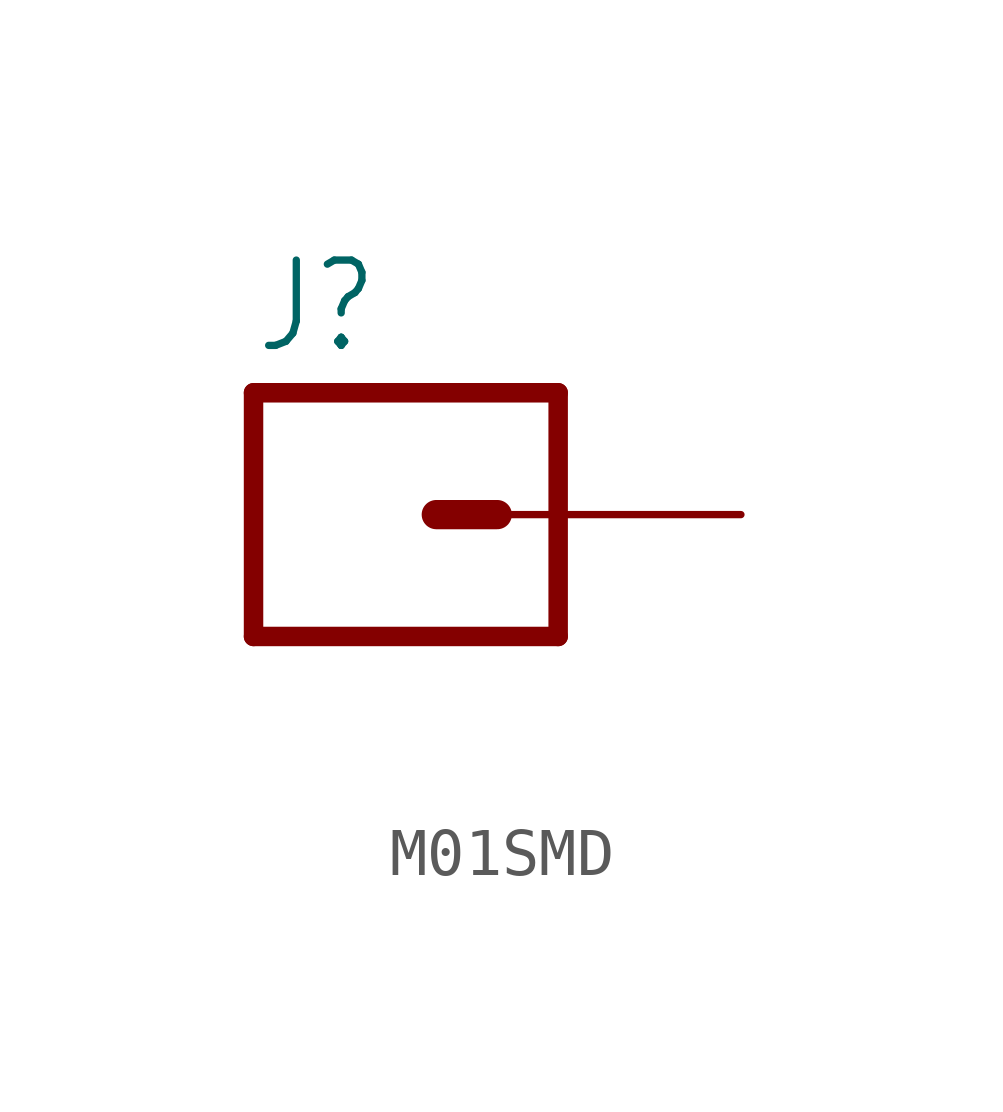
<source format=kicad_sym>
(kicad_symbol_lib
  (version 20231120)
  (generator "kicad_symbol_editor")
  (generator_version "8.0")
  (symbol "M01SMD"
    (property "Reference" "J"
      (at -2.54 3.302 0)
      (effects (font (size 1.778 1.511)) (justify left bottom)))
    (property "Value" ""
      (at -2.54 -5.08 0)
      (effects (font (size 1.778 1.511)) (justify left bottom)))
    (property "ki_locked" ""
      (at 0 0 0)
      (effects (font (size 1.27 1.27))))
    (symbol "M01SMD_1_0"
      (polyline (pts (xy -2.54 2.54) (xy -2.54 -2.54)) (stroke (width 0.406) (type solid)) (fill (type none)))
      (polyline (pts (xy -2.54 2.54) (xy 3.81 2.54)) (stroke (width 0.406) (type solid)) (fill (type none)))
      (polyline (pts (xy 1.27 0) (xy 2.54 0)) (stroke (width 0.61) (type solid)) (fill (type none)))
      (polyline (pts (xy 3.81 -2.54) (xy -2.54 -2.54)) (stroke (width 0.406) (type solid)) (fill (type none)))
      (polyline (pts (xy 3.81 -2.54) (xy 3.81 2.54)) (stroke (width 0.406) (type solid)) (fill (type none)))
      (pin passive line (at 7.62 0 180) (length 5.08) (name "1" (effects (font (size 0 0)))) (number "P$1" (effects (font (size 0 0))))))))
</source>
